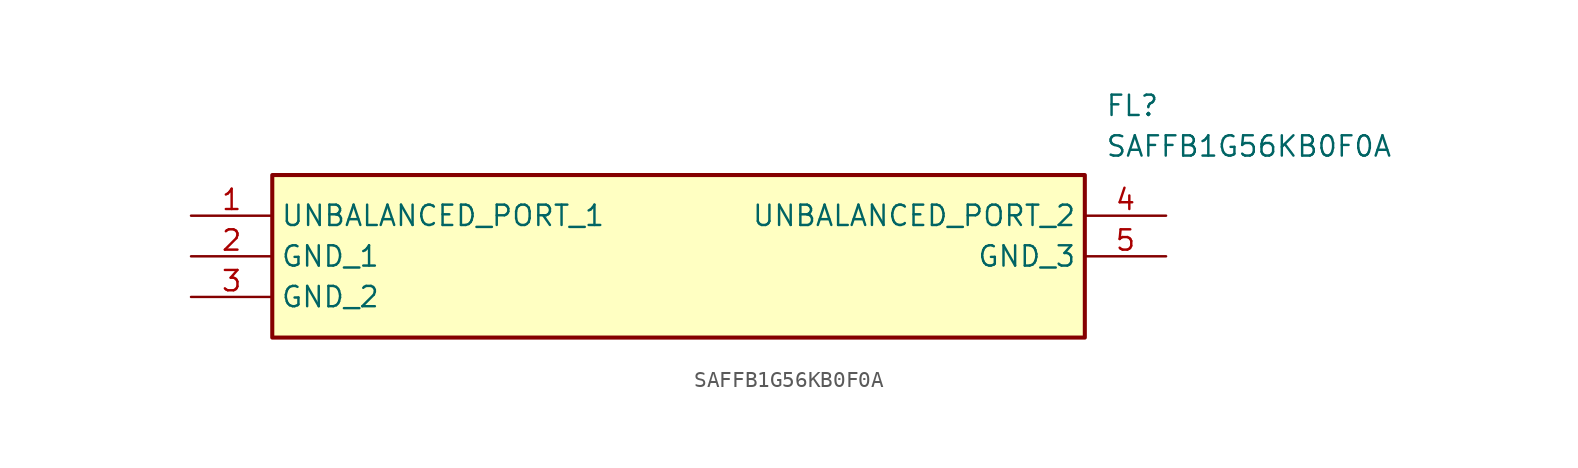
<source format=kicad_sym>
(kicad_symbol_lib
  (version 20211014)
  (generator SamacSys_ECAD_Model)
  (symbol "SAFFB1G56KB0F0A"
    (property "Reference" "FL"
      (at 57.15 7.62 0)
      (effects (font (size 1.27 1.27)) (justify left top)))
    (property "Value" "SAFFB1G56KB0F0A"
      (at 57.15 5.08 0)
      (effects (font (size 1.27 1.27)) (justify left top)))
    (rectangle
      (start 5.08 2.54)
      (end 55.88 -7.62)
      (stroke (width 0.254) (type default))
      (fill (type background)))
    (pin passive line
      (at 0 0 0)
      (length 5.08)
      (name "UNBALANCED_PORT_1" (effects (font (size 1.27 1.27))))
      (number "1" (effects (font (size 1.27 1.27)))))
    (pin passive line
      (at 0 -2.54 0)
      (length 5.08)
      (name "GND_1" (effects (font (size 1.27 1.27))))
      (number "2" (effects (font (size 1.27 1.27)))))
    (pin passive line
      (at 0 -5.08 0)
      (length 5.08)
      (name "GND_2" (effects (font (size 1.27 1.27))))
      (number "3" (effects (font (size 1.27 1.27)))))
    (pin passive line
      (at 60.96 0 180)
      (length 5.08)
      (name "UNBALANCED_PORT_2" (effects (font (size 1.27 1.27))))
      (number "4" (effects (font (size 1.27 1.27)))))
    (pin passive line
      (at 60.96 -2.54 180)
      (length 5.08)
      (name "GND_3" (effects (font (size 1.27 1.27))))
      (number "5" (effects (font (size 1.27 1.27)))))))
</source>
